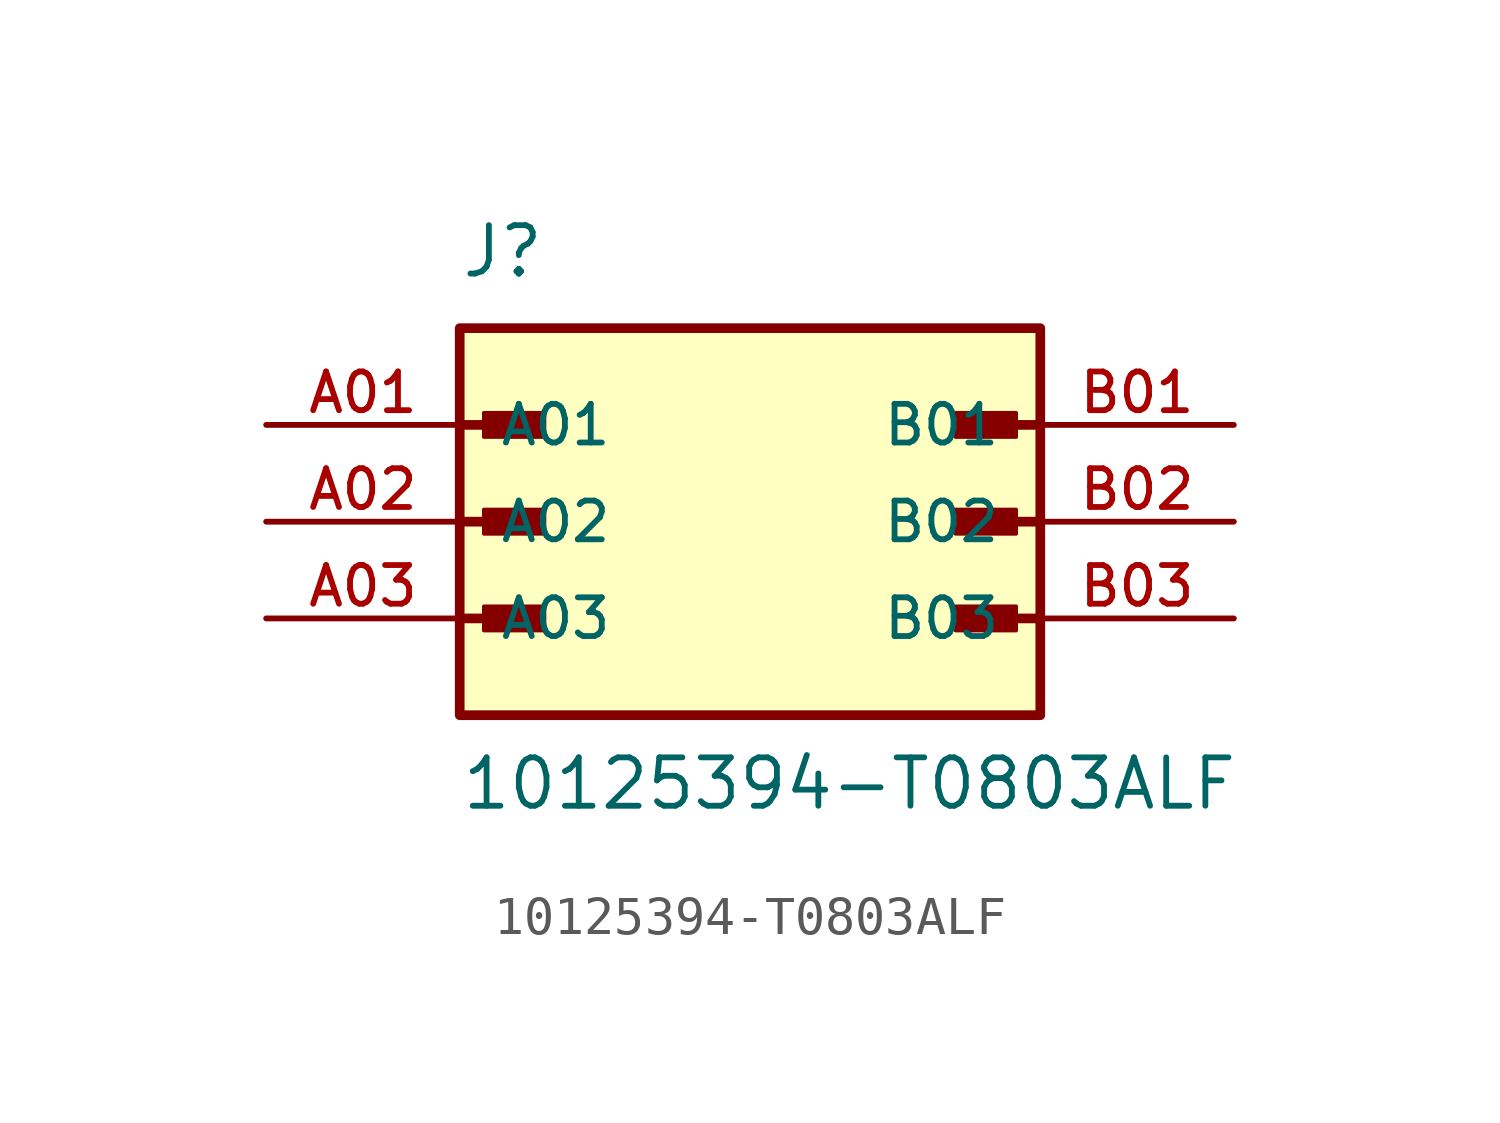
<source format=kicad_sym>
(kicad_symbol_lib
  (version 20220914)
  (generator kicad_symbol_editor)
  (symbol "10125394-T0803ALF"
    (pin_names
      (offset 1.016))
    (property "Reference" "J"
      (at -7.62 6.35 0)
      (effects (font (size 1.27 1.27)) (justify left bottom)))
    (property "Value" "10125394-T0803ALF"
      (at -7.62 -7.62 0)
      (effects (font (size 1.27 1.27)) (justify left bottom)))
    (symbol "10125394-T0803ALF_0_0"
      (rectangle (start -7.62 -5.08) (end 7.62 5.08) (stroke (width 0.254) (type default)) (fill (type background)))
      (rectangle (start -6.985 -2.857) (end -5.397 -2.223) (stroke (width 0.1) (type default)) (fill (type outline)))
      (rectangle (start -6.985 -0.318) (end -5.397 0.318) (stroke (width 0.1) (type default)) (fill (type outline)))
      (rectangle (start -6.985 2.223) (end -5.397 2.857) (stroke (width 0.1) (type default)) (fill (type outline)))
      (polyline (pts (xy -7.62 -2.54) (xy -5.715 -2.54)) (stroke (width 0.254) (type default)) (fill (type none)))
      (polyline (pts (xy -7.62 0) (xy -5.715 0)) (stroke (width 0.254) (type default)) (fill (type none)))
      (polyline (pts (xy -7.62 2.54) (xy -5.715 2.54)) (stroke (width 0.254) (type default)) (fill (type none)))
      (polyline (pts (xy 7.62 -2.54) (xy 5.715 -2.54)) (stroke (width 0.254) (type default)) (fill (type none)))
      (polyline (pts (xy 7.62 0) (xy 5.715 0)) (stroke (width 0.254) (type default)) (fill (type none)))
      (polyline (pts (xy 7.62 2.54) (xy 5.715 2.54)) (stroke (width 0.254) (type default)) (fill (type none)))
      (rectangle (start 5.397 -2.857) (end 6.985 -2.223) (stroke (width 0.1) (type default)) (fill (type outline)))
      (rectangle (start 5.397 -0.318) (end 6.985 0.318) (stroke (width 0.1) (type default)) (fill (type outline)))
      (rectangle (start 5.397 2.223) (end 6.985 2.857) (stroke (width 0.1) (type default)) (fill (type outline)))
      (pin passive line (at -12.7 2.54 0) (length 5.08) (name "A01" (effects (font (size 1.016 1.016)))) (number "A01" (effects (font (size 1.016 1.016)))))
      (pin passive line (at -12.7 0 0) (length 5.08) (name "A02" (effects (font (size 1.016 1.016)))) (number "A02" (effects (font (size 1.016 1.016)))))
      (pin passive line (at -12.7 -2.54 0) (length 5.08) (name "A03" (effects (font (size 1.016 1.016)))) (number "A03" (effects (font (size 1.016 1.016)))))
      (pin passive line (at 12.7 2.54 180) (length 5.08) (name "B01" (effects (font (size 1.016 1.016)))) (number "B01" (effects (font (size 1.016 1.016)))))
      (pin passive line (at 12.7 0 180) (length 5.08) (name "B02" (effects (font (size 1.016 1.016)))) (number "B02" (effects (font (size 1.016 1.016)))))
      (pin passive line (at 12.7 -2.54 180) (length 5.08) (name "B03" (effects (font (size 1.016 1.016)))) (number "B03" (effects (font (size 1.016 1.016))))))))
</source>
